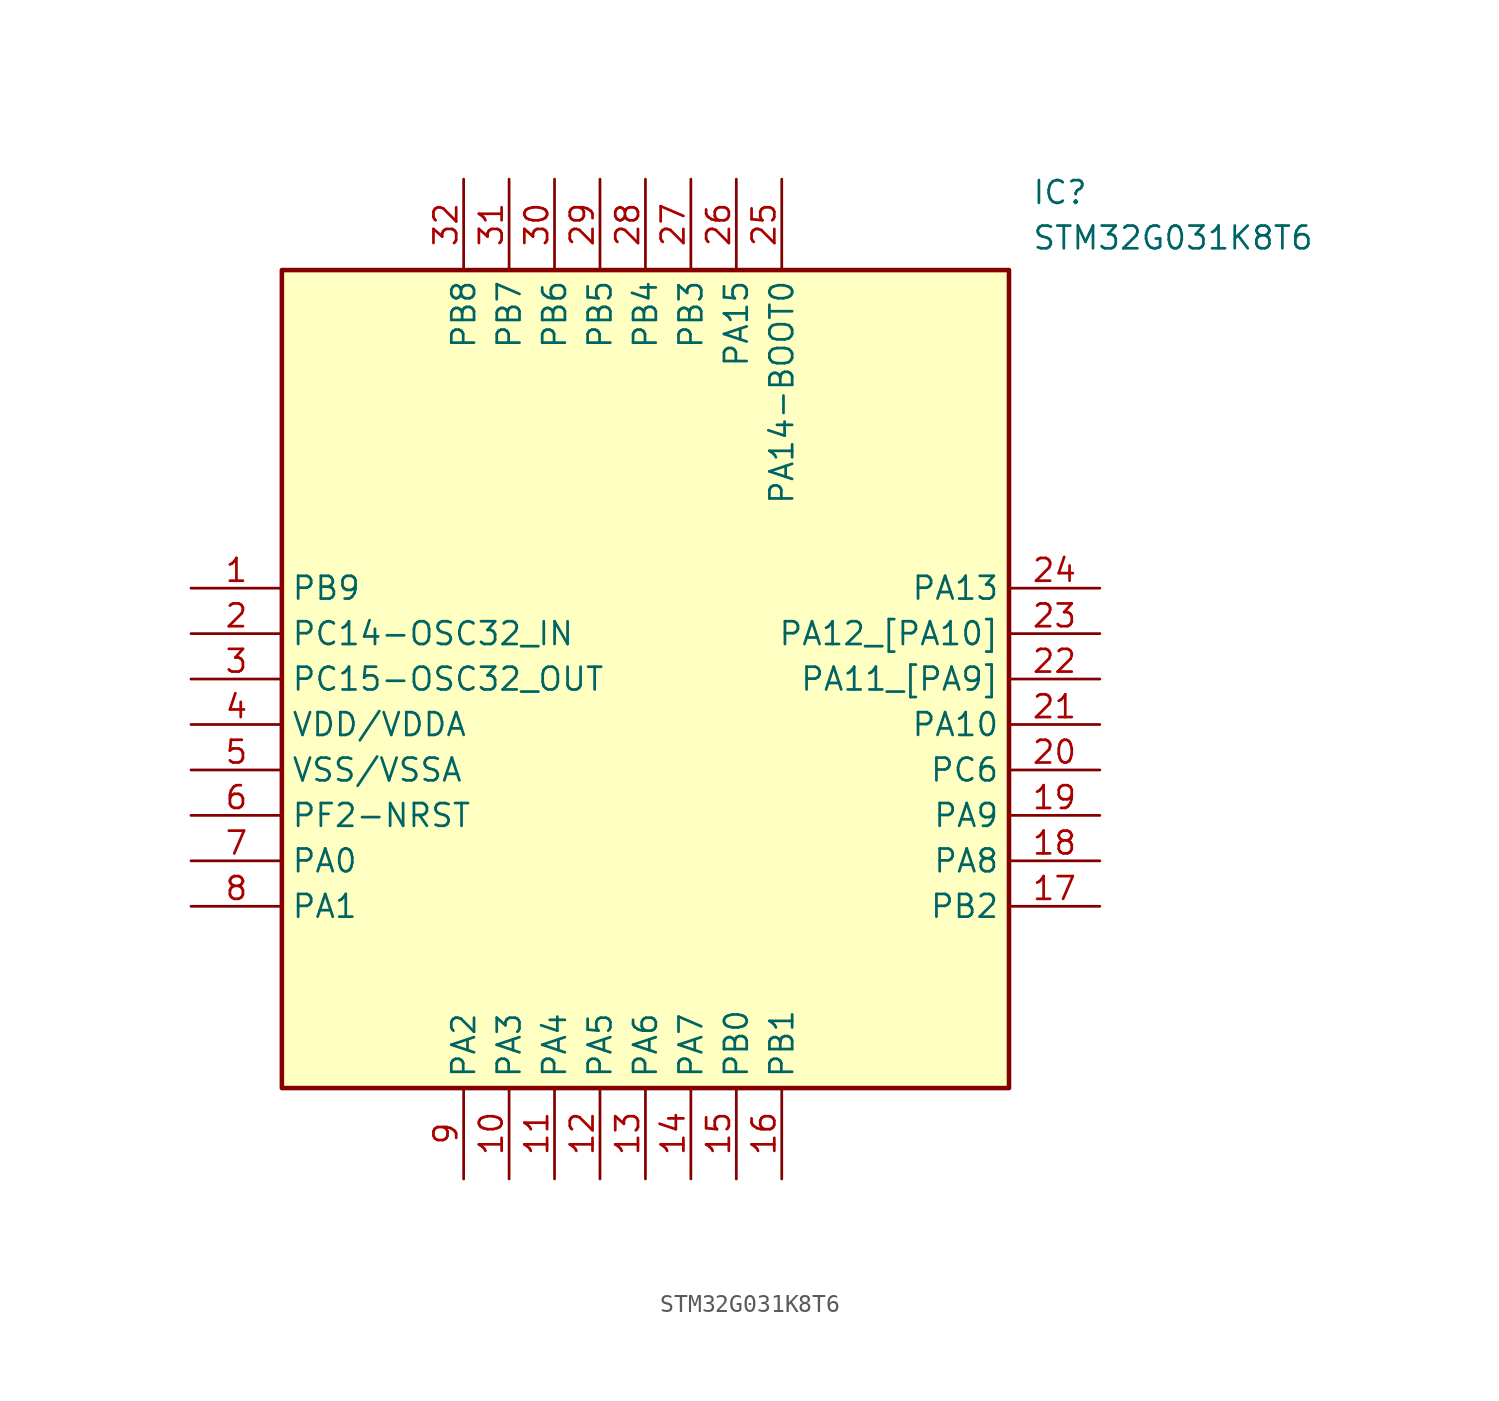
<source format=kicad_sym>
(kicad_symbol_lib
  (version 20211014)
  (generator kicad_symbol_editor)
  (symbol "STM32G031K8T6"
    (property "Reference" "IC"
      (at 46.99 22.86 0)
      (effects (font (size 1.27 1.27)) (justify left top)))
    (property "Value" "STM32G031K8T6"
      (at 46.99 20.32 0)
      (effects (font (size 1.27 1.27)) (justify left top)))
    (rectangle
      (start 5.08 17.78)
      (end 45.72 -27.94)
      (stroke (width 0.254) (type default))
      (fill (type background)))
    (pin passive line
      (at 0 0 0)
      (length 5.08)
      (name "PB9" (effects (font (size 1.27 1.27))))
      (number "1" (effects (font (size 1.27 1.27)))))
    (pin passive line
      (at 0 -2.54 0)
      (length 5.08)
      (name "PC14-OSC32_IN" (effects (font (size 1.27 1.27))))
      (number "2" (effects (font (size 1.27 1.27)))))
    (pin passive line
      (at 0 -5.08 0)
      (length 5.08)
      (name "PC15-OSC32_OUT" (effects (font (size 1.27 1.27))))
      (number "3" (effects (font (size 1.27 1.27)))))
    (pin passive line
      (at 0 -7.62 0)
      (length 5.08)
      (name "VDD/VDDA" (effects (font (size 1.27 1.27))))
      (number "4" (effects (font (size 1.27 1.27)))))
    (pin passive line
      (at 0 -10.16 0)
      (length 5.08)
      (name "VSS/VSSA" (effects (font (size 1.27 1.27))))
      (number "5" (effects (font (size 1.27 1.27)))))
    (pin passive line
      (at 0 -12.7 0)
      (length 5.08)
      (name "PF2-NRST" (effects (font (size 1.27 1.27))))
      (number "6" (effects (font (size 1.27 1.27)))))
    (pin passive line
      (at 0 -15.24 0)
      (length 5.08)
      (name "PA0" (effects (font (size 1.27 1.27))))
      (number "7" (effects (font (size 1.27 1.27)))))
    (pin passive line
      (at 0 -17.78 0)
      (length 5.08)
      (name "PA1" (effects (font (size 1.27 1.27))))
      (number "8" (effects (font (size 1.27 1.27)))))
    (pin passive line
      (at 15.24 -33.02 90)
      (length 5.08)
      (name "PA2" (effects (font (size 1.27 1.27))))
      (number "9" (effects (font (size 1.27 1.27)))))
    (pin passive line
      (at 17.78 -33.02 90)
      (length 5.08)
      (name "PA3" (effects (font (size 1.27 1.27))))
      (number "10" (effects (font (size 1.27 1.27)))))
    (pin passive line
      (at 20.32 -33.02 90)
      (length 5.08)
      (name "PA4" (effects (font (size 1.27 1.27))))
      (number "11" (effects (font (size 1.27 1.27)))))
    (pin passive line
      (at 22.86 -33.02 90)
      (length 5.08)
      (name "PA5" (effects (font (size 1.27 1.27))))
      (number "12" (effects (font (size 1.27 1.27)))))
    (pin passive line
      (at 25.4 -33.02 90)
      (length 5.08)
      (name "PA6" (effects (font (size 1.27 1.27))))
      (number "13" (effects (font (size 1.27 1.27)))))
    (pin passive line
      (at 27.94 -33.02 90)
      (length 5.08)
      (name "PA7" (effects (font (size 1.27 1.27))))
      (number "14" (effects (font (size 1.27 1.27)))))
    (pin passive line
      (at 30.48 -33.02 90)
      (length 5.08)
      (name "PB0" (effects (font (size 1.27 1.27))))
      (number "15" (effects (font (size 1.27 1.27)))))
    (pin passive line
      (at 33.02 -33.02 90)
      (length 5.08)
      (name "PB1" (effects (font (size 1.27 1.27))))
      (number "16" (effects (font (size 1.27 1.27)))))
    (pin passive line
      (at 50.8 0 180)
      (length 5.08)
      (name "PA13" (effects (font (size 1.27 1.27))))
      (number "24" (effects (font (size 1.27 1.27)))))
    (pin passive line
      (at 50.8 -2.54 180)
      (length 5.08)
      (name "PA12_[PA10]" (effects (font (size 1.27 1.27))))
      (number "23" (effects (font (size 1.27 1.27)))))
    (pin passive line
      (at 50.8 -5.08 180)
      (length 5.08)
      (name "PA11_[PA9]" (effects (font (size 1.27 1.27))))
      (number "22" (effects (font (size 1.27 1.27)))))
    (pin passive line
      (at 50.8 -7.62 180)
      (length 5.08)
      (name "PA10" (effects (font (size 1.27 1.27))))
      (number "21" (effects (font (size 1.27 1.27)))))
    (pin passive line
      (at 50.8 -10.16 180)
      (length 5.08)
      (name "PC6" (effects (font (size 1.27 1.27))))
      (number "20" (effects (font (size 1.27 1.27)))))
    (pin passive line
      (at 50.8 -12.7 180)
      (length 5.08)
      (name "PA9" (effects (font (size 1.27 1.27))))
      (number "19" (effects (font (size 1.27 1.27)))))
    (pin passive line
      (at 50.8 -15.24 180)
      (length 5.08)
      (name "PA8" (effects (font (size 1.27 1.27))))
      (number "18" (effects (font (size 1.27 1.27)))))
    (pin passive line
      (at 50.8 -17.78 180)
      (length 5.08)
      (name "PB2" (effects (font (size 1.27 1.27))))
      (number "17" (effects (font (size 1.27 1.27)))))
    (pin passive line
      (at 15.24 22.86 270)
      (length 5.08)
      (name "PB8" (effects (font (size 1.27 1.27))))
      (number "32" (effects (font (size 1.27 1.27)))))
    (pin passive line
      (at 17.78 22.86 270)
      (length 5.08)
      (name "PB7" (effects (font (size 1.27 1.27))))
      (number "31" (effects (font (size 1.27 1.27)))))
    (pin passive line
      (at 20.32 22.86 270)
      (length 5.08)
      (name "PB6" (effects (font (size 1.27 1.27))))
      (number "30" (effects (font (size 1.27 1.27)))))
    (pin passive line
      (at 22.86 22.86 270)
      (length 5.08)
      (name "PB5" (effects (font (size 1.27 1.27))))
      (number "29" (effects (font (size 1.27 1.27)))))
    (pin passive line
      (at 25.4 22.86 270)
      (length 5.08)
      (name "PB4" (effects (font (size 1.27 1.27))))
      (number "28" (effects (font (size 1.27 1.27)))))
    (pin passive line
      (at 27.94 22.86 270)
      (length 5.08)
      (name "PB3" (effects (font (size 1.27 1.27))))
      (number "27" (effects (font (size 1.27 1.27)))))
    (pin passive line
      (at 30.48 22.86 270)
      (length 5.08)
      (name "PA15" (effects (font (size 1.27 1.27))))
      (number "26" (effects (font (size 1.27 1.27)))))
    (pin passive line
      (at 33.02 22.86 270)
      (length 5.08)
      (name "PA14-BOOT0" (effects (font (size 1.27 1.27))))
      (number "25" (effects (font (size 1.27 1.27)))))))
</source>
